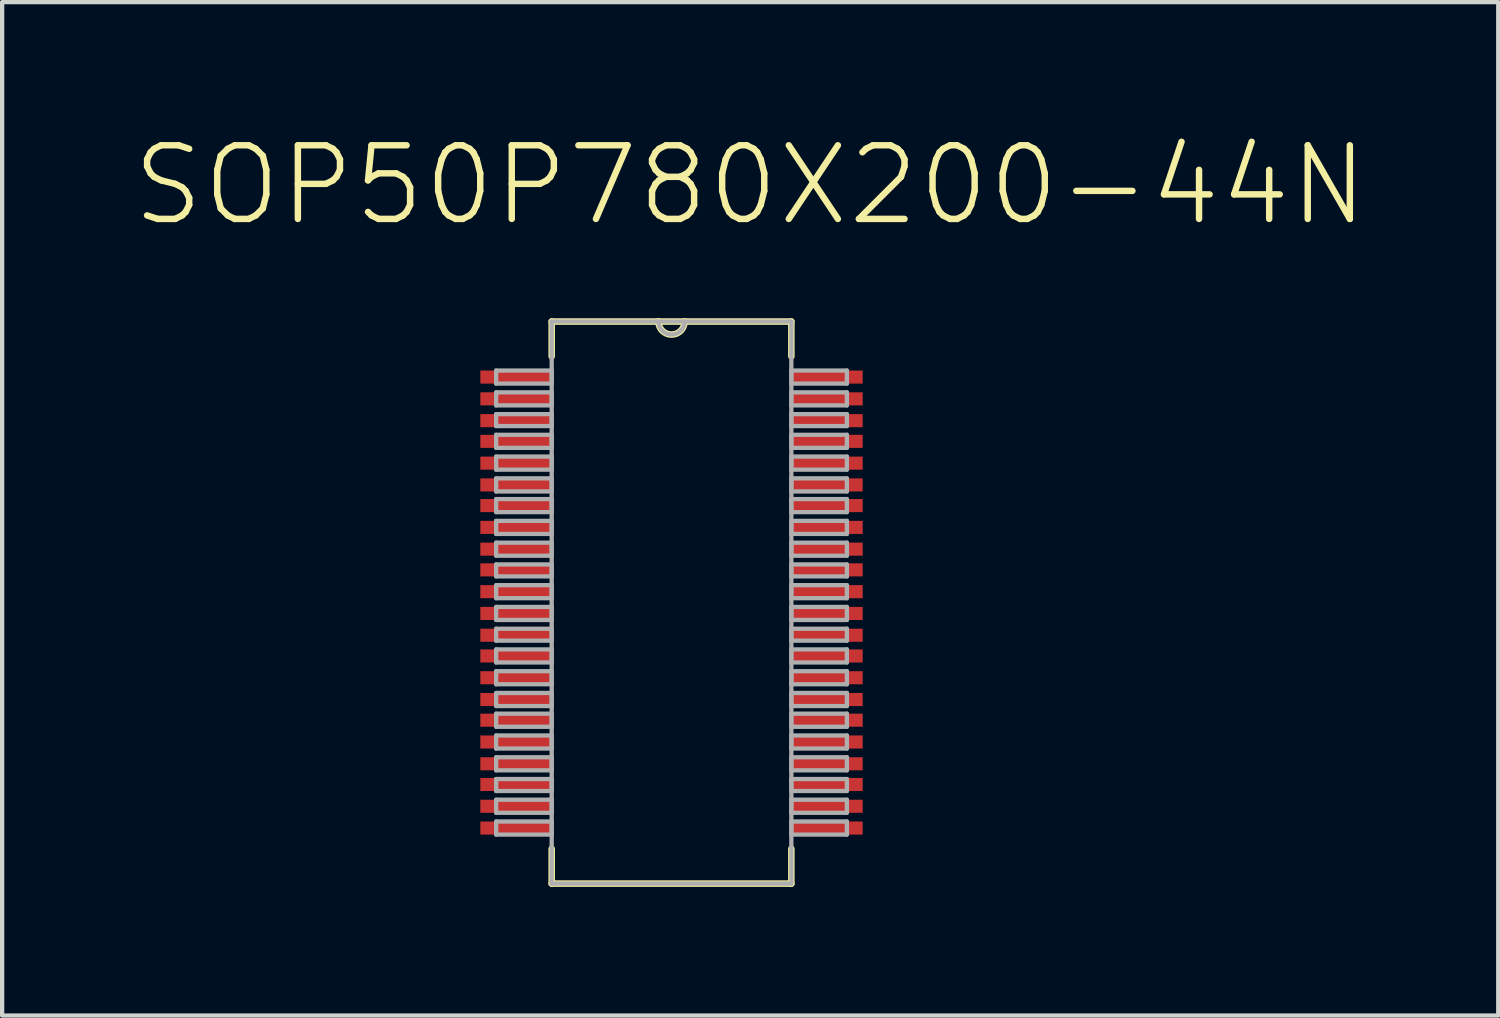
<source format=kicad_pcb>
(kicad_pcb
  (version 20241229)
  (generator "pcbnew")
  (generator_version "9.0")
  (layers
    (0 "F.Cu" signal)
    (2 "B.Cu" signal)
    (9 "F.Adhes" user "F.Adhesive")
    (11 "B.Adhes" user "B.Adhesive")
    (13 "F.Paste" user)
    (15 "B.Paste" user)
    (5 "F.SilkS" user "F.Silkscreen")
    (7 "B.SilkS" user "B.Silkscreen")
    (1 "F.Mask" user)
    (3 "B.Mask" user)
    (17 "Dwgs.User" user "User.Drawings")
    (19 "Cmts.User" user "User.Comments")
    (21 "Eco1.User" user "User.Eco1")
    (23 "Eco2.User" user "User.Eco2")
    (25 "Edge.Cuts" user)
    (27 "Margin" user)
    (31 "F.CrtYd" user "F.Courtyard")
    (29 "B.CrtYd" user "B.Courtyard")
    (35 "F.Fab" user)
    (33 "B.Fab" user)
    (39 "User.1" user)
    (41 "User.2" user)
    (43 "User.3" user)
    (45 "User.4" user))
  (footprint "SOP50P780X200-44N"
    (layer "F.Cu")
    (at 12.608 11)
    (property "Reference" "SOP50P780X200-44N" (at 1.835 -9.732 0) (layer "F.SilkS") (effects (font (size 1.717 1.717) (thickness 0.15))))
    (attr through_hole)
    (fp_line (start -2.794 -6.553) (end -2.794 -5.74) (stroke (width 0.152) (type solid)) (layer "F.SilkS"))
    (fp_line (start -2.794 5.74) (end -2.794 6.553) (stroke (width 0.152) (type solid)) (layer "F.SilkS"))
    (fp_line (start -2.794 6.553) (end 2.794 6.553) (stroke (width 0.152) (type solid)) (layer "F.SilkS"))
    (fp_line (start -0.305 -6.553) (end -2.794 -6.553) (stroke (width 0.152) (type solid)) (layer "F.SilkS"))
    (fp_line (start 0.305 -6.553) (end -0.305 -6.553) (stroke (width 0.152) (type solid)) (layer "F.SilkS"))
    (fp_line (start 2.794 -6.553) (end 0.305 -6.553) (stroke (width 0.152) (type solid)) (layer "F.SilkS"))
    (fp_line (start 2.794 -5.74) (end 2.794 -6.553) (stroke (width 0.152) (type solid)) (layer "F.SilkS"))
    (fp_line (start 2.794 6.553) (end 2.794 5.74) (stroke (width 0.152) (type solid)) (layer "F.SilkS"))
    (fp_arc (start 0.3048 -6.5532) (mid 0 -6.2484) (end -0.3048 -6.5532) (stroke (width 0.1524) (type solid)) (layer "F.SilkS"))
    (fp_line (start -4.089 -5.41) (end -4.089 -5.105) (stroke (width 0.1) (type solid)) (layer "F.Fab"))
    (fp_line (start -4.089 -5.105) (end -2.794 -5.105) (stroke (width 0.1) (type solid)) (layer "F.Fab"))
    (fp_line (start -4.089 -4.902) (end -4.089 -4.597) (stroke (width 0.1) (type solid)) (layer "F.Fab"))
    (fp_line (start -4.089 -4.597) (end -2.794 -4.597) (stroke (width 0.1) (type solid)) (layer "F.Fab"))
    (fp_line (start -4.089 -4.394) (end -4.089 -4.115) (stroke (width 0.1) (type solid)) (layer "F.Fab"))
    (fp_line (start -4.089 -4.115) (end -2.794 -4.115) (stroke (width 0.1) (type solid)) (layer "F.Fab"))
    (fp_line (start -4.089 -3.912) (end -4.089 -3.607) (stroke (width 0.1) (type solid)) (layer "F.Fab"))
    (fp_line (start -4.089 -3.607) (end -2.794 -3.607) (stroke (width 0.1) (type solid)) (layer "F.Fab"))
    (fp_line (start -4.089 -3.404) (end -4.089 -3.099) (stroke (width 0.1) (type solid)) (layer "F.Fab"))
    (fp_line (start -4.089 -3.099) (end -2.794 -3.099) (stroke (width 0.1) (type solid)) (layer "F.Fab"))
    (fp_line (start -4.089 -2.896) (end -4.089 -2.591) (stroke (width 0.1) (type solid)) (layer "F.Fab"))
    (fp_line (start -4.089 -2.591) (end -2.794 -2.591) (stroke (width 0.1) (type solid)) (layer "F.Fab"))
    (fp_line (start -4.089 -2.413) (end -4.089 -2.108) (stroke (width 0.1) (type solid)) (layer "F.Fab"))
    (fp_line (start -4.089 -2.108) (end -2.794 -2.108) (stroke (width 0.1) (type solid)) (layer "F.Fab"))
    (fp_line (start -4.089 -1.905) (end -4.089 -1.6) (stroke (width 0.1) (type solid)) (layer "F.Fab"))
    (fp_line (start -4.089 -1.6) (end -2.794 -1.6) (stroke (width 0.1) (type solid)) (layer "F.Fab"))
    (fp_line (start -4.089 -1.397) (end -4.089 -1.092) (stroke (width 0.1) (type solid)) (layer "F.Fab"))
    (fp_line (start -4.089 -1.092) (end -2.794 -1.092) (stroke (width 0.1) (type solid)) (layer "F.Fab"))
    (fp_line (start -4.089 -0.889) (end -4.089 -0.61) (stroke (width 0.1) (type solid)) (layer "F.Fab"))
    (fp_line (start -4.089 -0.61) (end -2.794 -0.61) (stroke (width 0.1) (type solid)) (layer "F.Fab"))
    (fp_line (start -4.089 -0.406) (end -4.089 -0.102) (stroke (width 0.1) (type solid)) (layer "F.Fab"))
    (fp_line (start -4.089 -0.102) (end -2.794 -0.102) (stroke (width 0.1) (type solid)) (layer "F.Fab"))
    (fp_line (start -4.089 0.102) (end -4.089 0.406) (stroke (width 0.1) (type solid)) (layer "F.Fab"))
    (fp_line (start -4.089 0.406) (end -2.794 0.406) (stroke (width 0.1) (type solid)) (layer "F.Fab"))
    (fp_line (start -4.089 0.61) (end -4.089 0.889) (stroke (width 0.1) (type solid)) (layer "F.Fab"))
    (fp_line (start -4.089 0.889) (end -2.794 0.889) (stroke (width 0.1) (type solid)) (layer "F.Fab"))
    (fp_line (start -4.089 1.092) (end -4.089 1.397) (stroke (width 0.1) (type solid)) (layer "F.Fab"))
    (fp_line (start -4.089 1.397) (end -2.794 1.397) (stroke (width 0.1) (type solid)) (layer "F.Fab"))
    (fp_line (start -4.089 1.6) (end -4.089 1.905) (stroke (width 0.1) (type solid)) (layer "F.Fab"))
    (fp_line (start -4.089 1.905) (end -2.794 1.905) (stroke (width 0.1) (type solid)) (layer "F.Fab"))
    (fp_line (start -4.089 2.108) (end -4.089 2.413) (stroke (width 0.1) (type solid)) (layer "F.Fab"))
    (fp_line (start -4.089 2.413) (end -2.794 2.413) (stroke (width 0.1) (type solid)) (layer "F.Fab"))
    (fp_line (start -4.089 2.591) (end -4.089 2.896) (stroke (width 0.1) (type solid)) (layer "F.Fab"))
    (fp_line (start -4.089 2.896) (end -2.794 2.896) (stroke (width 0.1) (type solid)) (layer "F.Fab"))
    (fp_line (start -4.089 3.099) (end -4.089 3.404) (stroke (width 0.1) (type solid)) (layer "F.Fab"))
    (fp_line (start -4.089 3.404) (end -2.794 3.404) (stroke (width 0.1) (type solid)) (layer "F.Fab"))
    (fp_line (start -4.089 3.607) (end -4.089 3.912) (stroke (width 0.1) (type solid)) (layer "F.Fab"))
    (fp_line (start -4.089 3.912) (end -2.794 3.912) (stroke (width 0.1) (type solid)) (layer "F.Fab"))
    (fp_line (start -4.089 4.115) (end -4.089 4.394) (stroke (width 0.1) (type solid)) (layer "F.Fab"))
    (fp_line (start -4.089 4.394) (end -2.794 4.394) (stroke (width 0.1) (type solid)) (layer "F.Fab"))
    (fp_line (start -4.089 4.597) (end -4.089 4.902) (stroke (width 0.1) (type solid)) (layer "F.Fab"))
    (fp_line (start -4.089 4.902) (end -2.794 4.902) (stroke (width 0.1) (type solid)) (layer "F.Fab"))
    (fp_line (start -4.089 5.105) (end -4.089 5.41) (stroke (width 0.1) (type solid)) (layer "F.Fab"))
    (fp_line (start -4.089 5.41) (end -2.794 5.41) (stroke (width 0.1) (type solid)) (layer "F.Fab"))
    (fp_line (start -2.794 -6.553) (end -2.794 6.553) (stroke (width 0.1) (type solid)) (layer "F.Fab"))
    (fp_line (start -2.794 -5.41) (end -4.089 -5.41) (stroke (width 0.1) (type solid)) (layer "F.Fab"))
    (fp_line (start -2.794 -5.105) (end -2.794 -5.41) (stroke (width 0.1) (type solid)) (layer "F.Fab"))
    (fp_line (start -2.794 -4.902) (end -4.089 -4.902) (stroke (width 0.1) (type solid)) (layer "F.Fab"))
    (fp_line (start -2.794 -4.597) (end -2.794 -4.902) (stroke (width 0.1) (type solid)) (layer "F.Fab"))
    (fp_line (start -2.794 -4.394) (end -4.089 -4.394) (stroke (width 0.1) (type solid)) (layer "F.Fab"))
    (fp_line (start -2.794 -4.115) (end -2.794 -4.394) (stroke (width 0.1) (type solid)) (layer "F.Fab"))
    (fp_line (start -2.794 -3.912) (end -4.089 -3.912) (stroke (width 0.1) (type solid)) (layer "F.Fab"))
    (fp_line (start -2.794 -3.607) (end -2.794 -3.912) (stroke (width 0.1) (type solid)) (layer "F.Fab"))
    (fp_line (start -2.794 -3.404) (end -4.089 -3.404) (stroke (width 0.1) (type solid)) (layer "F.Fab"))
    (fp_line (start -2.794 -3.099) (end -2.794 -3.404) (stroke (width 0.1) (type solid)) (layer "F.Fab"))
    (fp_line (start -2.794 -2.896) (end -4.089 -2.896) (stroke (width 0.1) (type solid)) (layer "F.Fab"))
    (fp_line (start -2.794 -2.591) (end -2.794 -2.896) (stroke (width 0.1) (type solid)) (layer "F.Fab"))
    (fp_line (start -2.794 -2.413) (end -4.089 -2.413) (stroke (width 0.1) (type solid)) (layer "F.Fab"))
    (fp_line (start -2.794 -2.108) (end -2.794 -2.413) (stroke (width 0.1) (type solid)) (layer "F.Fab"))
    (fp_line (start -2.794 -1.905) (end -4.089 -1.905) (stroke (width 0.1) (type solid)) (layer "F.Fab"))
    (fp_line (start -2.794 -1.6) (end -2.794 -1.905) (stroke (width 0.1) (type solid)) (layer "F.Fab"))
    (fp_line (start -2.794 -1.397) (end -4.089 -1.397) (stroke (width 0.1) (type solid)) (layer "F.Fab"))
    (fp_line (start -2.794 -1.092) (end -2.794 -1.397) (stroke (width 0.1) (type solid)) (layer "F.Fab"))
    (fp_line (start -2.794 -0.889) (end -4.089 -0.889) (stroke (width 0.1) (type solid)) (layer "F.Fab"))
    (fp_line (start -2.794 -0.61) (end -2.794 -0.889) (stroke (width 0.1) (type solid)) (layer "F.Fab"))
    (fp_line (start -2.794 -0.406) (end -4.089 -0.406) (stroke (width 0.1) (type solid)) (layer "F.Fab"))
    (fp_line (start -2.794 -0.102) (end -2.794 -0.406) (stroke (width 0.1) (type solid)) (layer "F.Fab"))
    (fp_line (start -2.794 0.102) (end -4.089 0.102) (stroke (width 0.1) (type solid)) (layer "F.Fab"))
    (fp_line (start -2.794 0.406) (end -2.794 0.102) (stroke (width 0.1) (type solid)) (layer "F.Fab"))
    (fp_line (start -2.794 0.61) (end -4.089 0.61) (stroke (width 0.1) (type solid)) (layer "F.Fab"))
    (fp_line (start -2.794 0.889) (end -2.794 0.61) (stroke (width 0.1) (type solid)) (layer "F.Fab"))
    (fp_line (start -2.794 1.092) (end -4.089 1.092) (stroke (width 0.1) (type solid)) (layer "F.Fab"))
    (fp_line (start -2.794 1.397) (end -2.794 1.092) (stroke (width 0.1) (type solid)) (layer "F.Fab"))
    (fp_line (start -2.794 1.6) (end -4.089 1.6) (stroke (width 0.1) (type solid)) (layer "F.Fab"))
    (fp_line (start -2.794 1.905) (end -2.794 1.6) (stroke (width 0.1) (type solid)) (layer "F.Fab"))
    (fp_line (start -2.794 2.108) (end -4.089 2.108) (stroke (width 0.1) (type solid)) (layer "F.Fab"))
    (fp_line (start -2.794 2.413) (end -2.794 2.108) (stroke (width 0.1) (type solid)) (layer "F.Fab"))
    (fp_line (start -2.794 2.591) (end -4.089 2.591) (stroke (width 0.1) (type solid)) (layer "F.Fab"))
    (fp_line (start -2.794 2.896) (end -2.794 2.591) (stroke (width 0.1) (type solid)) (layer "F.Fab"))
    (fp_line (start -2.794 3.099) (end -4.089 3.099) (stroke (width 0.1) (type solid)) (layer "F.Fab"))
    (fp_line (start -2.794 3.404) (end -2.794 3.099) (stroke (width 0.1) (type solid)) (layer "F.Fab"))
    (fp_line (start -2.794 3.607) (end -4.089 3.607) (stroke (width 0.1) (type solid)) (layer "F.Fab"))
    (fp_line (start -2.794 3.912) (end -2.794 3.607) (stroke (width 0.1) (type solid)) (layer "F.Fab"))
    (fp_line (start -2.794 4.115) (end -4.089 4.115) (stroke (width 0.1) (type solid)) (layer "F.Fab"))
    (fp_line (start -2.794 4.394) (end -2.794 4.115) (stroke (width 0.1) (type solid)) (layer "F.Fab"))
    (fp_line (start -2.794 4.597) (end -4.089 4.597) (stroke (width 0.1) (type solid)) (layer "F.Fab"))
    (fp_line (start -2.794 4.902) (end -2.794 4.597) (stroke (width 0.1) (type solid)) (layer "F.Fab"))
    (fp_line (start -2.794 5.105) (end -4.089 5.105) (stroke (width 0.1) (type solid)) (layer "F.Fab"))
    (fp_line (start -2.794 5.41) (end -2.794 5.105) (stroke (width 0.1) (type solid)) (layer "F.Fab"))
    (fp_line (start -2.794 6.553) (end 2.794 6.553) (stroke (width 0.1) (type solid)) (layer "F.Fab"))
    (fp_line (start -0.305 -6.553) (end -2.794 -6.553) (stroke (width 0.1) (type solid)) (layer "F.Fab"))
    (fp_line (start 0.305 -6.553) (end -0.305 -6.553) (stroke (width 0.1) (type solid)) (layer "F.Fab"))
    (fp_line (start 2.794 -6.553) (end 0.305 -6.553) (stroke (width 0.1) (type solid)) (layer "F.Fab"))
    (fp_line (start 2.794 -5.41) (end 2.794 -5.105) (stroke (width 0.1) (type solid)) (layer "F.Fab"))
    (fp_line (start 2.794 -5.105) (end 4.089 -5.105) (stroke (width 0.1) (type solid)) (layer "F.Fab"))
    (fp_line (start 2.794 -4.902) (end 2.794 -4.597) (stroke (width 0.1) (type solid)) (layer "F.Fab"))
    (fp_line (start 2.794 -4.597) (end 4.089 -4.597) (stroke (width 0.1) (type solid)) (layer "F.Fab"))
    (fp_line (start 2.794 -4.394) (end 2.794 -4.115) (stroke (width 0.1) (type solid)) (layer "F.Fab"))
    (fp_line (start 2.794 -4.115) (end 4.089 -4.115) (stroke (width 0.1) (type solid)) (layer "F.Fab"))
    (fp_line (start 2.794 -3.912) (end 2.794 -3.607) (stroke (width 0.1) (type solid)) (layer "F.Fab"))
    (fp_line (start 2.794 -3.607) (end 4.089 -3.607) (stroke (width 0.1) (type solid)) (layer "F.Fab"))
    (fp_line (start 2.794 -3.404) (end 2.794 -3.099) (stroke (width 0.1) (type solid)) (layer "F.Fab"))
    (fp_line (start 2.794 -3.099) (end 4.089 -3.099) (stroke (width 0.1) (type solid)) (layer "F.Fab"))
    (fp_line (start 2.794 -2.896) (end 2.794 -2.591) (stroke (width 0.1) (type solid)) (layer "F.Fab"))
    (fp_line (start 2.794 -2.591) (end 4.089 -2.591) (stroke (width 0.1) (type solid)) (layer "F.Fab"))
    (fp_line (start 2.794 -2.413) (end 2.794 -2.108) (stroke (width 0.1) (type solid)) (layer "F.Fab"))
    (fp_line (start 2.794 -2.108) (end 4.089 -2.108) (stroke (width 0.1) (type solid)) (layer "F.Fab"))
    (fp_line (start 2.794 -1.905) (end 2.794 -1.6) (stroke (width 0.1) (type solid)) (layer "F.Fab"))
    (fp_line (start 2.794 -1.6) (end 4.089 -1.6) (stroke (width 0.1) (type solid)) (layer "F.Fab"))
    (fp_line (start 2.794 -1.397) (end 2.794 -1.092) (stroke (width 0.1) (type solid)) (layer "F.Fab"))
    (fp_line (start 2.794 -1.092) (end 4.089 -1.092) (stroke (width 0.1) (type solid)) (layer "F.Fab"))
    (fp_line (start 2.794 -0.889) (end 2.794 -0.61) (stroke (width 0.1) (type solid)) (layer "F.Fab"))
    (fp_line (start 2.794 -0.61) (end 4.089 -0.61) (stroke (width 0.1) (type solid)) (layer "F.Fab"))
    (fp_line (start 2.794 -0.406) (end 2.794 -0.102) (stroke (width 0.1) (type solid)) (layer "F.Fab"))
    (fp_line (start 2.794 -0.102) (end 4.089 -0.102) (stroke (width 0.1) (type solid)) (layer "F.Fab"))
    (fp_line (start 2.794 0.102) (end 2.794 0.406) (stroke (width 0.1) (type solid)) (layer "F.Fab"))
    (fp_line (start 2.794 0.406) (end 4.089 0.406) (stroke (width 0.1) (type solid)) (layer "F.Fab"))
    (fp_line (start 2.794 0.61) (end 2.794 0.889) (stroke (width 0.1) (type solid)) (layer "F.Fab"))
    (fp_line (start 2.794 0.889) (end 4.089 0.889) (stroke (width 0.1) (type solid)) (layer "F.Fab"))
    (fp_line (start 2.794 1.092) (end 2.794 1.397) (stroke (width 0.1) (type solid)) (layer "F.Fab"))
    (fp_line (start 2.794 1.397) (end 4.089 1.397) (stroke (width 0.1) (type solid)) (layer "F.Fab"))
    (fp_line (start 2.794 1.6) (end 2.794 1.905) (stroke (width 0.1) (type solid)) (layer "F.Fab"))
    (fp_line (start 2.794 1.905) (end 4.089 1.905) (stroke (width 0.1) (type solid)) (layer "F.Fab"))
    (fp_line (start 2.794 2.108) (end 2.794 2.413) (stroke (width 0.1) (type solid)) (layer "F.Fab"))
    (fp_line (start 2.794 2.413) (end 4.089 2.413) (stroke (width 0.1) (type solid)) (layer "F.Fab"))
    (fp_line (start 2.794 2.591) (end 2.794 2.896) (stroke (width 0.1) (type solid)) (layer "F.Fab"))
    (fp_line (start 2.794 2.896) (end 4.089 2.896) (stroke (width 0.1) (type solid)) (layer "F.Fab"))
    (fp_line (start 2.794 3.099) (end 2.794 3.404) (stroke (width 0.1) (type solid)) (layer "F.Fab"))
    (fp_line (start 2.794 3.404) (end 4.089 3.404) (stroke (width 0.1) (type solid)) (layer "F.Fab"))
    (fp_line (start 2.794 3.607) (end 2.794 3.912) (stroke (width 0.1) (type solid)) (layer "F.Fab"))
    (fp_line (start 2.794 3.912) (end 4.089 3.912) (stroke (width 0.1) (type solid)) (layer "F.Fab"))
    (fp_line (start 2.794 4.115) (end 2.794 4.394) (stroke (width 0.1) (type solid)) (layer "F.Fab"))
    (fp_line (start 2.794 4.394) (end 4.089 4.394) (stroke (width 0.1) (type solid)) (layer "F.Fab"))
    (fp_line (start 2.794 4.597) (end 2.794 4.902) (stroke (width 0.1) (type solid)) (layer "F.Fab"))
    (fp_line (start 2.794 4.902) (end 4.089 4.902) (stroke (width 0.1) (type solid)) (layer "F.Fab"))
    (fp_line (start 2.794 5.105) (end 2.794 5.41) (stroke (width 0.1) (type solid)) (layer "F.Fab"))
    (fp_line (start 2.794 5.41) (end 4.089 5.41) (stroke (width 0.1) (type solid)) (layer "F.Fab"))
    (fp_line (start 2.794 6.553) (end 2.794 -6.553) (stroke (width 0.1) (type solid)) (layer "F.Fab"))
    (fp_line (start 4.089 -5.41) (end 2.794 -5.41) (stroke (width 0.1) (type solid)) (layer "F.Fab"))
    (fp_line (start 4.089 -5.105) (end 4.089 -5.41) (stroke (width 0.1) (type solid)) (layer "F.Fab"))
    (fp_line (start 4.089 -4.902) (end 2.794 -4.902) (stroke (width 0.1) (type solid)) (layer "F.Fab"))
    (fp_line (start 4.089 -4.597) (end 4.089 -4.902) (stroke (width 0.1) (type solid)) (layer "F.Fab"))
    (fp_line (start 4.089 -4.394) (end 2.794 -4.394) (stroke (width 0.1) (type solid)) (layer "F.Fab"))
    (fp_line (start 4.089 -4.115) (end 4.089 -4.394) (stroke (width 0.1) (type solid)) (layer "F.Fab"))
    (fp_line (start 4.089 -3.912) (end 2.794 -3.912) (stroke (width 0.1) (type solid)) (layer "F.Fab"))
    (fp_line (start 4.089 -3.607) (end 4.089 -3.912) (stroke (width 0.1) (type solid)) (layer "F.Fab"))
    (fp_line (start 4.089 -3.404) (end 2.794 -3.404) (stroke (width 0.1) (type solid)) (layer "F.Fab"))
    (fp_line (start 4.089 -3.099) (end 4.089 -3.404) (stroke (width 0.1) (type solid)) (layer "F.Fab"))
    (fp_line (start 4.089 -2.896) (end 2.794 -2.896) (stroke (width 0.1) (type solid)) (layer "F.Fab"))
    (fp_line (start 4.089 -2.591) (end 4.089 -2.896) (stroke (width 0.1) (type solid)) (layer "F.Fab"))
    (fp_line (start 4.089 -2.413) (end 2.794 -2.413) (stroke (width 0.1) (type solid)) (layer "F.Fab"))
    (fp_line (start 4.089 -2.108) (end 4.089 -2.413) (stroke (width 0.1) (type solid)) (layer "F.Fab"))
    (fp_line (start 4.089 -1.905) (end 2.794 -1.905) (stroke (width 0.1) (type solid)) (layer "F.Fab"))
    (fp_line (start 4.089 -1.6) (end 4.089 -1.905) (stroke (width 0.1) (type solid)) (layer "F.Fab"))
    (fp_line (start 4.089 -1.397) (end 2.794 -1.397) (stroke (width 0.1) (type solid)) (layer "F.Fab"))
    (fp_line (start 4.089 -1.092) (end 4.089 -1.397) (stroke (width 0.1) (type solid)) (layer "F.Fab"))
    (fp_line (start 4.089 -0.889) (end 2.794 -0.889) (stroke (width 0.1) (type solid)) (layer "F.Fab"))
    (fp_line (start 4.089 -0.61) (end 4.089 -0.889) (stroke (width 0.1) (type solid)) (layer "F.Fab"))
    (fp_line (start 4.089 -0.406) (end 2.794 -0.406) (stroke (width 0.1) (type solid)) (layer "F.Fab"))
    (fp_line (start 4.089 -0.102) (end 4.089 -0.406) (stroke (width 0.1) (type solid)) (layer "F.Fab"))
    (fp_line (start 4.089 0.102) (end 2.794 0.102) (stroke (width 0.1) (type solid)) (layer "F.Fab"))
    (fp_line (start 4.089 0.406) (end 4.089 0.102) (stroke (width 0.1) (type solid)) (layer "F.Fab"))
    (fp_line (start 4.089 0.61) (end 2.794 0.61) (stroke (width 0.1) (type solid)) (layer "F.Fab"))
    (fp_line (start 4.089 0.889) (end 4.089 0.61) (stroke (width 0.1) (type solid)) (layer "F.Fab"))
    (fp_line (start 4.089 1.092) (end 2.794 1.092) (stroke (width 0.1) (type solid)) (layer "F.Fab"))
    (fp_line (start 4.089 1.397) (end 4.089 1.092) (stroke (width 0.1) (type solid)) (layer "F.Fab"))
    (fp_line (start 4.089 1.6) (end 2.794 1.6) (stroke (width 0.1) (type solid)) (layer "F.Fab"))
    (fp_line (start 4.089 1.905) (end 4.089 1.6) (stroke (width 0.1) (type solid)) (layer "F.Fab"))
    (fp_line (start 4.089 2.108) (end 2.794 2.108) (stroke (width 0.1) (type solid)) (layer "F.Fab"))
    (fp_line (start 4.089 2.413) (end 4.089 2.108) (stroke (width 0.1) (type solid)) (layer "F.Fab"))
    (fp_line (start 4.089 2.591) (end 2.794 2.591) (stroke (width 0.1) (type solid)) (layer "F.Fab"))
    (fp_line (start 4.089 2.896) (end 4.089 2.591) (stroke (width 0.1) (type solid)) (layer "F.Fab"))
    (fp_line (start 4.089 3.099) (end 2.794 3.099) (stroke (width 0.1) (type solid)) (layer "F.Fab"))
    (fp_line (start 4.089 3.404) (end 4.089 3.099) (stroke (width 0.1) (type solid)) (layer "F.Fab"))
    (fp_line (start 4.089 3.607) (end 2.794 3.607) (stroke (width 0.1) (type solid)) (layer "F.Fab"))
    (fp_line (start 4.089 3.912) (end 4.089 3.607) (stroke (width 0.1) (type solid)) (layer "F.Fab"))
    (fp_line (start 4.089 4.115) (end 2.794 4.115) (stroke (width 0.1) (type solid)) (layer "F.Fab"))
    (fp_line (start 4.089 4.394) (end 4.089 4.115) (stroke (width 0.1) (type solid)) (layer "F.Fab"))
    (fp_line (start 4.089 4.597) (end 2.794 4.597) (stroke (width 0.1) (type solid)) (layer "F.Fab"))
    (fp_line (start 4.089 4.902) (end 4.089 4.597) (stroke (width 0.1) (type solid)) (layer "F.Fab"))
    (fp_line (start 4.089 5.105) (end 2.794 5.105) (stroke (width 0.1) (type solid)) (layer "F.Fab"))
    (fp_line (start 4.089 5.41) (end 4.089 5.105) (stroke (width 0.1) (type solid)) (layer "F.Fab"))
    (fp_arc (start 0.3048 -6.5532) (mid 0 -6.2484) (end -0.3048 -6.5532) (stroke (width 0.1) (type solid)) (layer "F.Fab"))
    (pad "1" smd rect (at -3.632 -5.258) (size 1.651 0.305) (layers "F.Cu" "F.Mask" "F.Paste"))
    (pad "2" smd rect (at -3.632 -4.75) (size 1.651 0.305) (layers "F.Cu" "F.Mask" "F.Paste"))
    (pad "3" smd rect (at -3.632 -4.242) (size 1.651 0.305) (layers "F.Cu" "F.Mask" "F.Paste"))
    (pad "4" smd rect (at -3.632 -3.759) (size 1.651 0.305) (layers "F.Cu" "F.Mask" "F.Paste"))
    (pad "5" smd rect (at -3.632 -3.251) (size 1.651 0.305) (layers "F.Cu" "F.Mask" "F.Paste"))
    (pad "6" smd rect (at -3.632 -2.743) (size 1.651 0.305) (layers "F.Cu" "F.Mask" "F.Paste"))
    (pad "7" smd rect (at -3.632 -2.261) (size 1.651 0.305) (layers "F.Cu" "F.Mask" "F.Paste"))
    (pad "8" smd rect (at -3.632 -1.753) (size 1.651 0.305) (layers "F.Cu" "F.Mask" "F.Paste"))
    (pad "9" smd rect (at -3.632 -1.245) (size 1.651 0.305) (layers "F.Cu" "F.Mask" "F.Paste"))
    (pad "10" smd rect (at -3.632 -0.762) (size 1.651 0.305) (layers "F.Cu" "F.Mask" "F.Paste"))
    (pad "11" smd rect (at -3.632 -0.254) (size 1.651 0.305) (layers "F.Cu" "F.Mask" "F.Paste"))
    (pad "12" smd rect (at -3.632 0.254) (size 1.651 0.305) (layers "F.Cu" "F.Mask" "F.Paste"))
    (pad "13" smd rect (at -3.632 0.762) (size 1.651 0.305) (layers "F.Cu" "F.Mask" "F.Paste"))
    (pad "14" smd rect (at -3.632 1.245) (size 1.651 0.305) (layers "F.Cu" "F.Mask" "F.Paste"))
    (pad "15" smd rect (at -3.632 1.753) (size 1.651 0.305) (layers "F.Cu" "F.Mask" "F.Paste"))
    (pad "16" smd rect (at -3.632 2.261) (size 1.651 0.305) (layers "F.Cu" "F.Mask" "F.Paste"))
    (pad "17" smd rect (at -3.632 2.743) (size 1.651 0.305) (layers "F.Cu" "F.Mask" "F.Paste"))
    (pad "18" smd rect (at -3.632 3.251) (size 1.651 0.305) (layers "F.Cu" "F.Mask" "F.Paste"))
    (pad "19" smd rect (at -3.632 3.759) (size 1.651 0.305) (layers "F.Cu" "F.Mask" "F.Paste"))
    (pad "20" smd rect (at -3.632 4.242) (size 1.651 0.305) (layers "F.Cu" "F.Mask" "F.Paste"))
    (pad "21" smd rect (at -3.632 4.75) (size 1.651 0.305) (layers "F.Cu" "F.Mask" "F.Paste"))
    (pad "22" smd rect (at -3.632 5.258) (size 1.651 0.305) (layers "F.Cu" "F.Mask" "F.Paste"))
    (pad "23" smd rect (at 3.632 5.258) (size 1.651 0.305) (layers "F.Cu" "F.Mask" "F.Paste"))
    (pad "24" smd rect (at 3.632 4.75) (size 1.651 0.305) (layers "F.Cu" "F.Mask" "F.Paste"))
    (pad "25" smd rect (at 3.632 4.242) (size 1.651 0.305) (layers "F.Cu" "F.Mask" "F.Paste"))
    (pad "26" smd rect (at 3.632 3.759) (size 1.651 0.305) (layers "F.Cu" "F.Mask" "F.Paste"))
    (pad "27" smd rect (at 3.632 3.251) (size 1.651 0.305) (layers "F.Cu" "F.Mask" "F.Paste"))
    (pad "28" smd rect (at 3.632 2.743) (size 1.651 0.305) (layers "F.Cu" "F.Mask" "F.Paste"))
    (pad "29" smd rect (at 3.632 2.261) (size 1.651 0.305) (layers "F.Cu" "F.Mask" "F.Paste"))
    (pad "30" smd rect (at 3.632 1.753) (size 1.651 0.305) (layers "F.Cu" "F.Mask" "F.Paste"))
    (pad "31" smd rect (at 3.632 1.245) (size 1.651 0.305) (layers "F.Cu" "F.Mask" "F.Paste"))
    (pad "32" smd rect (at 3.632 0.762) (size 1.651 0.305) (layers "F.Cu" "F.Mask" "F.Paste"))
    (pad "33" smd rect (at 3.632 0.254) (size 1.651 0.305) (layers "F.Cu" "F.Mask" "F.Paste"))
    (pad "34" smd rect (at 3.632 -0.254) (size 1.651 0.305) (layers "F.Cu" "F.Mask" "F.Paste"))
    (pad "35" smd rect (at 3.632 -0.762) (size 1.651 0.305) (layers "F.Cu" "F.Mask" "F.Paste"))
    (pad "36" smd rect (at 3.632 -1.245) (size 1.651 0.305) (layers "F.Cu" "F.Mask" "F.Paste"))
    (pad "37" smd rect (at 3.632 -1.753) (size 1.651 0.305) (layers "F.Cu" "F.Mask" "F.Paste"))
    (pad "38" smd rect (at 3.632 -2.261) (size 1.651 0.305) (layers "F.Cu" "F.Mask" "F.Paste"))
    (pad "39" smd rect (at 3.632 -2.743) (size 1.651 0.305) (layers "F.Cu" "F.Mask" "F.Paste"))
    (pad "40" smd rect (at 3.632 -3.251) (size 1.651 0.305) (layers "F.Cu" "F.Mask" "F.Paste"))
    (pad "41" smd rect (at 3.632 -3.759) (size 1.651 0.305) (layers "F.Cu" "F.Mask" "F.Paste"))
    (pad "42" smd rect (at 3.632 -4.242) (size 1.651 0.305) (layers "F.Cu" "F.Mask" "F.Paste"))
    (pad "43" smd rect (at 3.632 -4.75) (size 1.651 0.305) (layers "F.Cu" "F.Mask" "F.Paste"))
    (pad "44" smd rect (at 3.632 -5.258) (size 1.651 0.305) (layers "F.Cu" "F.Mask" "F.Paste")))
  (gr_rect
    (start -3 -3)
    (end 31.885 20.629)
    (stroke (width 0.1) (type default))
    (fill no)
    (layer "Edge.Cuts")))
</source>
